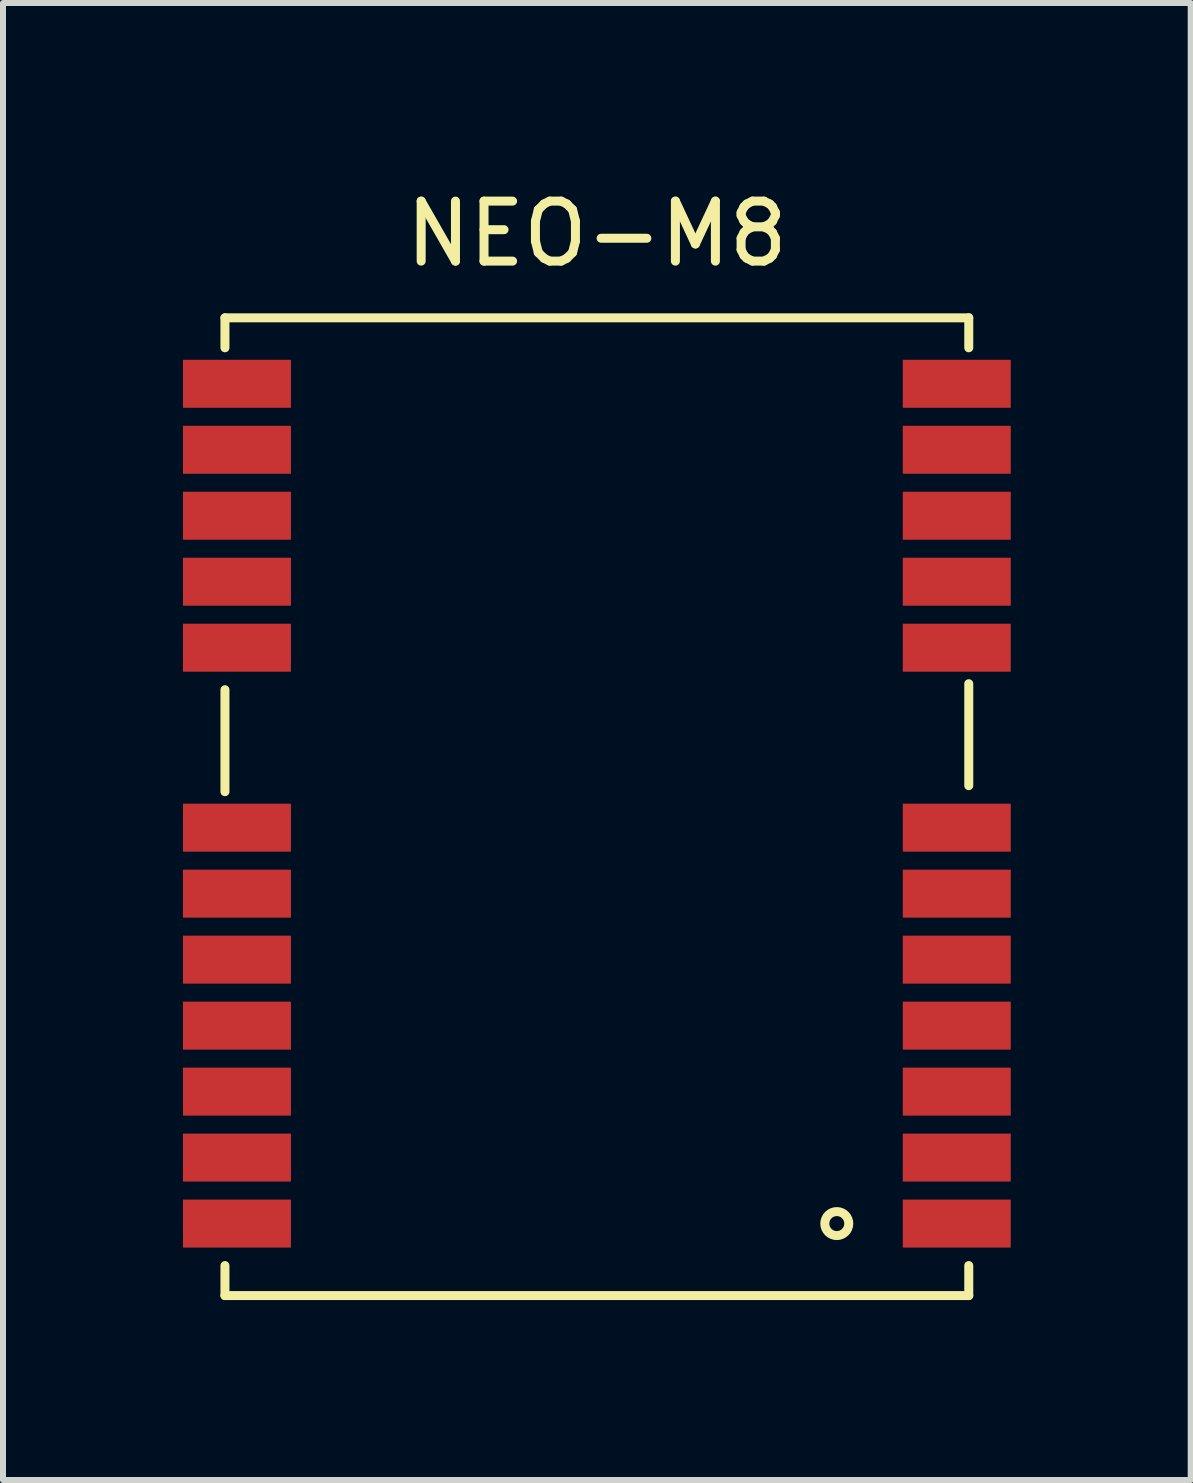
<source format=kicad_pcb>
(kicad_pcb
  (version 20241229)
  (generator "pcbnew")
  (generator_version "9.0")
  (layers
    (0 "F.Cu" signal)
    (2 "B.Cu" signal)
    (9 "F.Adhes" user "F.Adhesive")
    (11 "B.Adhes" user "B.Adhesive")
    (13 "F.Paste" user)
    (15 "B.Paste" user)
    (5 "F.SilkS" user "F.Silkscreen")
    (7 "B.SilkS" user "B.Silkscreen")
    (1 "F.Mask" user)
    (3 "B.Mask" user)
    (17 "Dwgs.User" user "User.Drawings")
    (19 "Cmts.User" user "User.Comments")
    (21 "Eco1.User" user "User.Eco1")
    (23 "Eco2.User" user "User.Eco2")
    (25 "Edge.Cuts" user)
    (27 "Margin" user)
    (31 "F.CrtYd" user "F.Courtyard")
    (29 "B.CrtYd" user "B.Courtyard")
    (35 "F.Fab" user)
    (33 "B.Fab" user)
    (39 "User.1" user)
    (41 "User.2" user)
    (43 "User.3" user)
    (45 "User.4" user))
  (footprint "NEO-M8"
    (layer "F.Cu")
    (at 6.9 10.348)
    (property "Reference" "NEO-M8" (at 0 -9.5 0) (layer "F.SilkS") (effects (font (size 1 1) (thickness 0.15))))
    (attr through_hole)
    (fp_line (start -6.2 -8.1) (end 6.2 -8.1) (stroke (width 0.15) (type solid)) (layer "F.SilkS"))
    (fp_line (start -6.2 -7.6) (end -6.2 -8.1) (stroke (width 0.15) (type solid)) (layer "F.SilkS"))
    (fp_line (start -6.2 -0.2) (end -6.2 -1.9) (stroke (width 0.15) (type solid)) (layer "F.SilkS"))
    (fp_line (start -6.2 7.7) (end -6.2 8.2) (stroke (width 0.15) (type solid)) (layer "F.SilkS"))
    (fp_line (start -6.2 8.2) (end 6.2 8.2) (stroke (width 0.15) (type solid)) (layer "F.SilkS"))
    (fp_line (start 6.2 -8.1) (end 6.2 -7.6) (stroke (width 0.15) (type solid)) (layer "F.SilkS"))
    (fp_line (start 6.2 -2) (end 6.2 -0.3) (stroke (width 0.15) (type solid)) (layer "F.SilkS"))
    (fp_line (start 6.2 8.2) (end 6.2 7.7) (stroke (width 0.15) (type solid)) (layer "F.SilkS"))
    (fp_circle (center 4 7) (end 4.2 7) (stroke (width 0.15) (type solid)) (fill no) (layer "F.SilkS"))
    (pad "1" smd rect (at 6 7) (size 1.8 0.8) (layers "F.Cu" "F.Mask" "F.Paste"))
    (pad "2" smd rect (at 6 5.9) (size 1.8 0.8) (layers "F.Cu" "F.Mask" "F.Paste"))
    (pad "3" smd rect (at 6 4.8) (size 1.8 0.8) (layers "F.Cu" "F.Mask" "F.Paste"))
    (pad "4" smd rect (at 6 3.7) (size 1.8 0.8) (layers "F.Cu" "F.Mask" "F.Paste"))
    (pad "5" smd rect (at 6 2.6) (size 1.8 0.8) (layers "F.Cu" "F.Mask" "F.Paste"))
    (pad "6" smd rect (at 6 1.5) (size 1.8 0.8) (layers "F.Cu" "F.Mask" "F.Paste"))
    (pad "7" smd rect (at 6 0.4) (size 1.8 0.8) (layers "F.Cu" "F.Mask" "F.Paste"))
    (pad "8" smd rect (at 6 -2.6) (size 1.8 0.8) (layers "F.Cu" "F.Mask" "F.Paste"))
    (pad "9" smd rect (at 6 -3.7) (size 1.8 0.8) (layers "F.Cu" "F.Mask" "F.Paste"))
    (pad "10" smd rect (at 6 -4.8) (size 1.8 0.8) (layers "F.Cu" "F.Mask" "F.Paste"))
    (pad "11" smd rect (at 6 -5.9) (size 1.8 0.8) (layers "F.Cu" "F.Mask" "F.Paste"))
    (pad "12" smd rect (at 6 -7) (size 1.8 0.8) (layers "F.Cu" "F.Mask" "F.Paste"))
    (pad "13" smd rect (at -6 -7) (size 1.8 0.8) (layers "F.Cu" "F.Mask" "F.Paste"))
    (pad "14" smd rect (at -6 -5.9) (size 1.8 0.8) (layers "F.Cu" "F.Mask" "F.Paste"))
    (pad "15" smd rect (at -6 -4.8) (size 1.8 0.8) (layers "F.Cu" "F.Mask" "F.Paste"))
    (pad "16" smd rect (at -6 -3.7) (size 1.8 0.8) (layers "F.Cu" "F.Mask" "F.Paste"))
    (pad "17" smd rect (at -6 -2.6) (size 1.8 0.8) (layers "F.Cu" "F.Mask" "F.Paste"))
    (pad "18" smd rect (at -6 0.4) (size 1.8 0.8) (layers "F.Cu" "F.Mask" "F.Paste"))
    (pad "19" smd rect (at -6 1.5) (size 1.8 0.8) (layers "F.Cu" "F.Mask" "F.Paste"))
    (pad "20" smd rect (at -6 2.6) (size 1.8 0.8) (layers "F.Cu" "F.Mask" "F.Paste"))
    (pad "21" smd rect (at -6 3.7) (size 1.8 0.8) (layers "F.Cu" "F.Mask" "F.Paste"))
    (pad "22" smd rect (at -6 4.8) (size 1.8 0.8) (layers "F.Cu" "F.Mask" "F.Paste"))
    (pad "23" smd rect (at -6 5.9) (size 1.8 0.8) (layers "F.Cu" "F.Mask" "F.Paste"))
    (pad "24" smd rect (at -6 7) (size 1.8 0.8) (layers "F.Cu" "F.Mask" "F.Paste")))
  (gr_rect
    (start -3 -3)
    (end 16.8 21.623)
    (stroke (width 0.1) (type default))
    (fill no)
    (layer "Edge.Cuts")))
</source>
